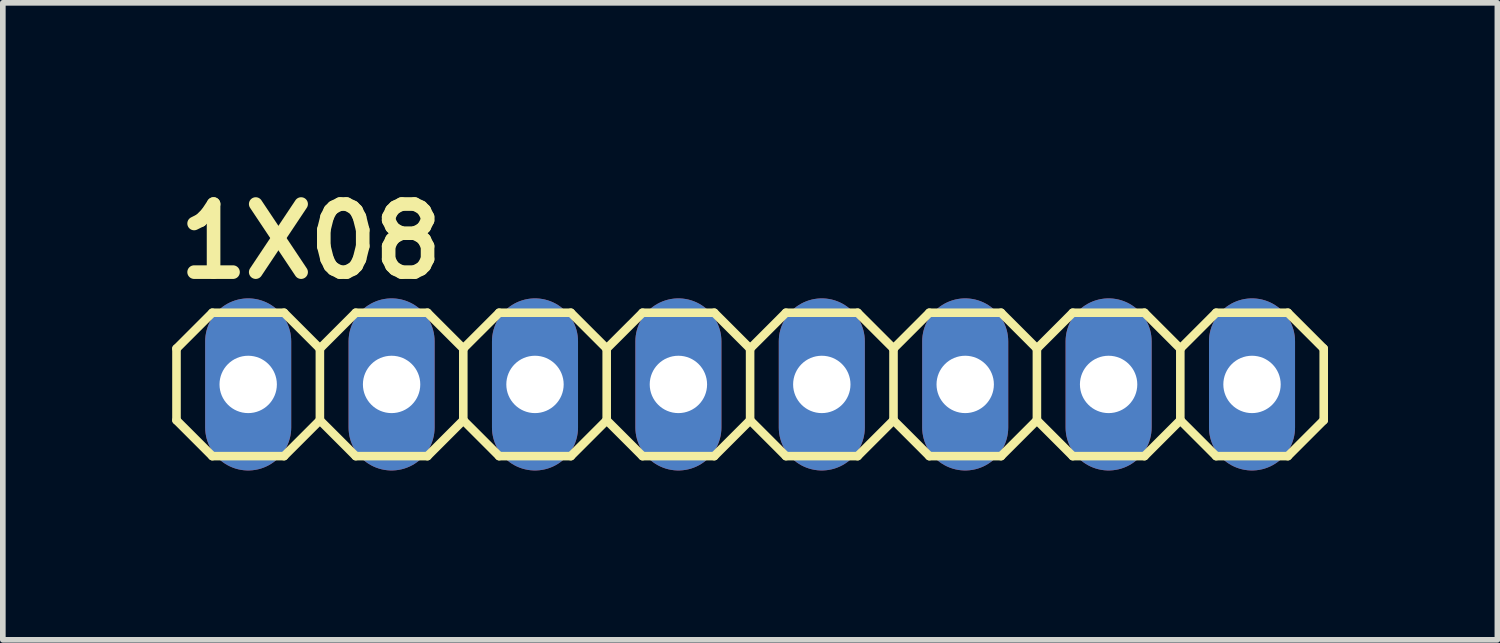
<source format=kicad_pcb>
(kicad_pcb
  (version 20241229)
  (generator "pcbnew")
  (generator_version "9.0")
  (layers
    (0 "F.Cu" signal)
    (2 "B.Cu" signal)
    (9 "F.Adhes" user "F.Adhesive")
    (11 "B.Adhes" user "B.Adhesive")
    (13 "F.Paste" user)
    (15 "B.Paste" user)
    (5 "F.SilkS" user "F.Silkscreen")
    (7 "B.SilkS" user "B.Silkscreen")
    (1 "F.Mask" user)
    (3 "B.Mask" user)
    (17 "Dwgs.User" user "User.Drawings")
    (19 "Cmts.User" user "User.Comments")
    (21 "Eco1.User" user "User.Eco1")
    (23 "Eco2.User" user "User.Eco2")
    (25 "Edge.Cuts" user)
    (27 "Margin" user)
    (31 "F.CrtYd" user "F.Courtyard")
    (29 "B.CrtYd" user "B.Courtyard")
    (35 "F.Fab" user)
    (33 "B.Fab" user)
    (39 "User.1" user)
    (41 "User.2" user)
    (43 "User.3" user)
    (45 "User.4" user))
  (footprint "1X08"
    (layer "F.Cu")
    (at 10.236 3.759)
    (property "Reference" "1X08" (at -10.236 -1.829 0) (layer "F.SilkS") (effects (font (size 1.206 1.206) (thickness 0.241)) (justify left bottom)))
    (attr through_hole)
    (fp_line (start -10.16 -0.635) (end -10.16 0.635) (stroke (width 0.152) (type solid)) (layer "F.SilkS"))
    (fp_line (start -10.16 0.635) (end -9.525 1.27) (stroke (width 0.152) (type solid)) (layer "F.SilkS"))
    (fp_line (start -9.525 -1.27) (end -10.16 -0.635) (stroke (width 0.152) (type solid)) (layer "F.SilkS"))
    (fp_line (start -9.525 -1.27) (end -8.255 -1.27) (stroke (width 0.152) (type solid)) (layer "F.SilkS"))
    (fp_line (start -8.255 -1.27) (end -7.62 -0.635) (stroke (width 0.152) (type solid)) (layer "F.SilkS"))
    (fp_line (start -8.255 1.27) (end -9.525 1.27) (stroke (width 0.152) (type solid)) (layer "F.SilkS"))
    (fp_line (start -7.62 -0.635) (end -7.62 0.635) (stroke (width 0.152) (type solid)) (layer "F.SilkS"))
    (fp_line (start -7.62 -0.635) (end -6.985 -1.27) (stroke (width 0.152) (type solid)) (layer "F.SilkS"))
    (fp_line (start -7.62 0.635) (end -8.255 1.27) (stroke (width 0.152) (type solid)) (layer "F.SilkS"))
    (fp_line (start -6.985 -1.27) (end -5.715 -1.27) (stroke (width 0.152) (type solid)) (layer "F.SilkS"))
    (fp_line (start -6.985 1.27) (end -7.62 0.635) (stroke (width 0.152) (type solid)) (layer "F.SilkS"))
    (fp_line (start -5.715 -1.27) (end -5.08 -0.635) (stroke (width 0.152) (type solid)) (layer "F.SilkS"))
    (fp_line (start -5.715 1.27) (end -6.985 1.27) (stroke (width 0.152) (type solid)) (layer "F.SilkS"))
    (fp_line (start -5.08 -0.635) (end -5.08 0.635) (stroke (width 0.152) (type solid)) (layer "F.SilkS"))
    (fp_line (start -5.08 -0.635) (end -4.445 -1.27) (stroke (width 0.152) (type solid)) (layer "F.SilkS"))
    (fp_line (start -5.08 0.635) (end -5.715 1.27) (stroke (width 0.152) (type solid)) (layer "F.SilkS"))
    (fp_line (start -4.445 -1.27) (end -3.175 -1.27) (stroke (width 0.152) (type solid)) (layer "F.SilkS"))
    (fp_line (start -4.445 1.27) (end -5.08 0.635) (stroke (width 0.152) (type solid)) (layer "F.SilkS"))
    (fp_line (start -3.175 -1.27) (end -2.54 -0.635) (stroke (width 0.152) (type solid)) (layer "F.SilkS"))
    (fp_line (start -3.175 1.27) (end -4.445 1.27) (stroke (width 0.152) (type solid)) (layer "F.SilkS"))
    (fp_line (start -2.54 -0.635) (end -2.54 0.635) (stroke (width 0.152) (type solid)) (layer "F.SilkS"))
    (fp_line (start -2.54 0.635) (end -3.175 1.27) (stroke (width 0.152) (type solid)) (layer "F.SilkS"))
    (fp_line (start -2.54 0.635) (end -1.905 1.27) (stroke (width 0.152) (type solid)) (layer "F.SilkS"))
    (fp_line (start -1.905 -1.27) (end -2.54 -0.635) (stroke (width 0.152) (type solid)) (layer "F.SilkS"))
    (fp_line (start -1.905 -1.27) (end -0.635 -1.27) (stroke (width 0.152) (type solid)) (layer "F.SilkS"))
    (fp_line (start -0.635 -1.27) (end 0 -0.635) (stroke (width 0.152) (type solid)) (layer "F.SilkS"))
    (fp_line (start -0.635 1.27) (end -1.905 1.27) (stroke (width 0.152) (type solid)) (layer "F.SilkS"))
    (fp_line (start 0 -0.635) (end 0 0.635) (stroke (width 0.152) (type solid)) (layer "F.SilkS"))
    (fp_line (start 0 -0.635) (end 0.635 -1.27) (stroke (width 0.152) (type solid)) (layer "F.SilkS"))
    (fp_line (start 0 0.635) (end -0.635 1.27) (stroke (width 0.152) (type solid)) (layer "F.SilkS"))
    (fp_line (start 0.635 -1.27) (end 1.905 -1.27) (stroke (width 0.152) (type solid)) (layer "F.SilkS"))
    (fp_line (start 0.635 1.27) (end 0 0.635) (stroke (width 0.152) (type solid)) (layer "F.SilkS"))
    (fp_line (start 1.905 -1.27) (end 2.54 -0.635) (stroke (width 0.152) (type solid)) (layer "F.SilkS"))
    (fp_line (start 1.905 1.27) (end 0.635 1.27) (stroke (width 0.152) (type solid)) (layer "F.SilkS"))
    (fp_line (start 2.54 -0.635) (end 2.54 0.635) (stroke (width 0.152) (type solid)) (layer "F.SilkS"))
    (fp_line (start 2.54 -0.635) (end 3.175 -1.27) (stroke (width 0.152) (type solid)) (layer "F.SilkS"))
    (fp_line (start 2.54 0.635) (end 1.905 1.27) (stroke (width 0.152) (type solid)) (layer "F.SilkS"))
    (fp_line (start 3.175 -1.27) (end 4.445 -1.27) (stroke (width 0.152) (type solid)) (layer "F.SilkS"))
    (fp_line (start 3.175 1.27) (end 2.54 0.635) (stroke (width 0.152) (type solid)) (layer "F.SilkS"))
    (fp_line (start 4.445 -1.27) (end 5.08 -0.635) (stroke (width 0.152) (type solid)) (layer "F.SilkS"))
    (fp_line (start 4.445 1.27) (end 3.175 1.27) (stroke (width 0.152) (type solid)) (layer "F.SilkS"))
    (fp_line (start 5.08 -0.635) (end 5.08 0.635) (stroke (width 0.152) (type solid)) (layer "F.SilkS"))
    (fp_line (start 5.08 0.635) (end 4.445 1.27) (stroke (width 0.152) (type solid)) (layer "F.SilkS"))
    (fp_line (start 5.08 0.635) (end 5.715 1.27) (stroke (width 0.152) (type solid)) (layer "F.SilkS"))
    (fp_line (start 5.715 -1.27) (end 5.08 -0.635) (stroke (width 0.152) (type solid)) (layer "F.SilkS"))
    (fp_line (start 5.715 -1.27) (end 6.985 -1.27) (stroke (width 0.152) (type solid)) (layer "F.SilkS"))
    (fp_line (start 6.985 -1.27) (end 7.62 -0.635) (stroke (width 0.152) (type solid)) (layer "F.SilkS"))
    (fp_line (start 6.985 1.27) (end 5.715 1.27) (stroke (width 0.152) (type solid)) (layer "F.SilkS"))
    (fp_line (start 7.62 -0.635) (end 7.62 0.635) (stroke (width 0.152) (type solid)) (layer "F.SilkS"))
    (fp_line (start 7.62 0.635) (end 6.985 1.27) (stroke (width 0.152) (type solid)) (layer "F.SilkS"))
    (fp_line (start 7.62 0.635) (end 8.255 1.27) (stroke (width 0.152) (type solid)) (layer "F.SilkS"))
    (fp_line (start 8.255 -1.27) (end 7.62 -0.635) (stroke (width 0.152) (type solid)) (layer "F.SilkS"))
    (fp_line (start 8.255 -1.27) (end 9.525 -1.27) (stroke (width 0.152) (type solid)) (layer "F.SilkS"))
    (fp_line (start 9.525 -1.27) (end 10.16 -0.635) (stroke (width 0.152) (type solid)) (layer "F.SilkS"))
    (fp_line (start 9.525 1.27) (end 8.255 1.27) (stroke (width 0.152) (type solid)) (layer "F.SilkS"))
    (fp_line (start 10.16 -0.635) (end 10.16 0.635) (stroke (width 0.152) (type solid)) (layer "F.SilkS"))
    (fp_line (start 10.16 0.635) (end 9.525 1.27) (stroke (width 0.152) (type solid)) (layer "F.SilkS"))
    (fp_poly (pts (xy -9.144 0.254) (xy -8.636 0.254) (xy -8.636 -0.254) (xy -9.144 -0.254)) (stroke (width 0.1) (type solid)) (fill no) (layer "F.Fab"))
    (fp_poly (pts (xy -6.604 0.254) (xy -6.096 0.254) (xy -6.096 -0.254) (xy -6.604 -0.254)) (stroke (width 0.1) (type solid)) (fill no) (layer "F.Fab"))
    (fp_poly (pts (xy -4.064 0.254) (xy -3.556 0.254) (xy -3.556 -0.254) (xy -4.064 -0.254)) (stroke (width 0.1) (type solid)) (fill no) (layer "F.Fab"))
    (fp_poly (pts (xy -1.524 0.254) (xy -1.016 0.254) (xy -1.016 -0.254) (xy -1.524 -0.254)) (stroke (width 0.1) (type solid)) (fill no) (layer "F.Fab"))
    (fp_poly (pts (xy 1.016 0.254) (xy 1.524 0.254) (xy 1.524 -0.254) (xy 1.016 -0.254)) (stroke (width 0.1) (type solid)) (fill no) (layer "F.Fab"))
    (fp_poly (pts (xy 3.556 0.254) (xy 4.064 0.254) (xy 4.064 -0.254) (xy 3.556 -0.254)) (stroke (width 0.1) (type solid)) (fill no) (layer "F.Fab"))
    (fp_poly (pts (xy 6.096 0.254) (xy 6.604 0.254) (xy 6.604 -0.254) (xy 6.096 -0.254)) (stroke (width 0.1) (type solid)) (fill no) (layer "F.Fab"))
    (fp_poly (pts (xy 8.636 0.254) (xy 9.144 0.254) (xy 9.144 -0.254) (xy 8.636 -0.254)) (stroke (width 0.1) (type solid)) (fill no) (layer "F.Fab"))
    (pad "1" thru_hole oval (at -8.89 0 90) (size 3.048 1.524) (drill 1.016) (layers "*.Cu" "*.Mask"))
    (pad "2" thru_hole oval (at -6.35 0 90) (size 3.048 1.524) (drill 1.016) (layers "*.Cu" "*.Mask"))
    (pad "3" thru_hole oval (at -3.81 0 90) (size 3.048 1.524) (drill 1.016) (layers "*.Cu" "*.Mask"))
    (pad "4" thru_hole oval (at -1.27 0 90) (size 3.048 1.524) (drill 1.016) (layers "*.Cu" "*.Mask"))
    (pad "5" thru_hole oval (at 1.27 0 90) (size 3.048 1.524) (drill 1.016) (layers "*.Cu" "*.Mask"))
    (pad "6" thru_hole oval (at 3.81 0 90) (size 3.048 1.524) (drill 1.016) (layers "*.Cu" "*.Mask"))
    (pad "7" thru_hole oval (at 6.35 0 90) (size 3.048 1.524) (drill 1.016) (layers "*.Cu" "*.Mask"))
    (pad "8" thru_hole oval (at 8.89 0 90) (size 3.048 1.524) (drill 1.016) (layers "*.Cu" "*.Mask")))
  (gr_rect
    (start -3 -3)
    (end 23.472 8.283)
    (stroke (width 0.1) (type default))
    (fill no)
    (layer "Edge.Cuts")))
</source>
